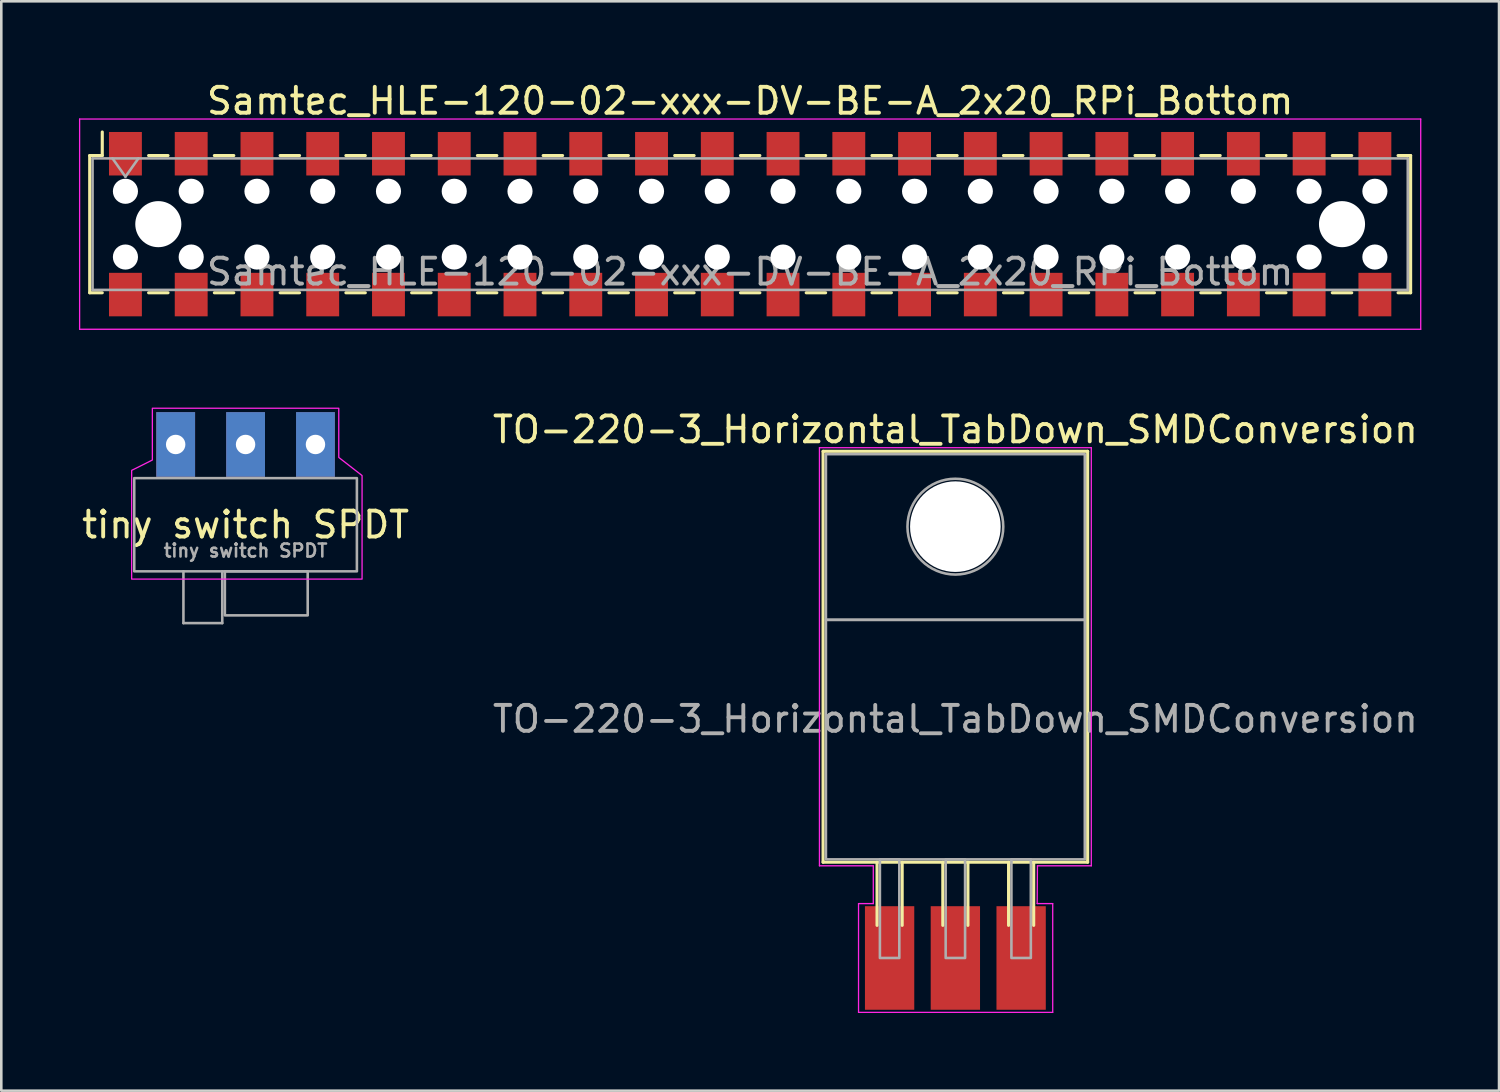
<source format=kicad_pcb>
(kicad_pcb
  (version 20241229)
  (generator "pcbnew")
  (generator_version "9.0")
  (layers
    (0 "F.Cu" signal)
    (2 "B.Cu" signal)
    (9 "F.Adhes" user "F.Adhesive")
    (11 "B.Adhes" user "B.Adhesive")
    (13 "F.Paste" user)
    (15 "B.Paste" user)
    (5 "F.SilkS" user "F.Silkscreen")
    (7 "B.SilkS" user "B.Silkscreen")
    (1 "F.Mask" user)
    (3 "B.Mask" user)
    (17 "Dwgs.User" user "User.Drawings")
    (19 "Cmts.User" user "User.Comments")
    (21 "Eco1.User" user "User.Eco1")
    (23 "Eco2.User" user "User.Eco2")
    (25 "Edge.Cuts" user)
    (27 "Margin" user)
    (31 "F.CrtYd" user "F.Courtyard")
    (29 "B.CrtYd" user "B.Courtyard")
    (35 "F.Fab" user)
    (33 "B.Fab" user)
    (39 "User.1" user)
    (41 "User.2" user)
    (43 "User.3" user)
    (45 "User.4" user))
  (footprint "Samtec_HLE-120-02-xxx-DV-BE-A_2x20_RPi_Bottom"
    (layer "F.Cu")
    (at 25.925 5.608)
    (property "Reference" "Samtec_HLE-120-02-xxx-DV-BE-A_2x20_RPi_Bottom" (at 0 -4.76 0) (layer "F.SilkS") (effects (font (size 1 1) (thickness 0.15))))
    (attr smd)
    (fp_line (start -25.51 -2.65) (end -25.51 2.65) (stroke (width 0.12) (type solid)) (layer "F.SilkS"))
    (fp_line (start -25.51 2.65) (end -25.025 2.65) (stroke (width 0.12) (type solid)) (layer "F.SilkS"))
    (fp_line (start -25.025 -3.56) (end -25.025 -2.65) (stroke (width 0.12) (type solid)) (layer "F.SilkS"))
    (fp_line (start -25.025 -2.65) (end -25.51 -2.65) (stroke (width 0.12) (type solid)) (layer "F.SilkS"))
    (fp_line (start -23.235 -2.65) (end -22.485 -2.65) (stroke (width 0.12) (type solid)) (layer "F.SilkS"))
    (fp_line (start -23.235 2.65) (end -22.485 2.65) (stroke (width 0.12) (type solid)) (layer "F.SilkS"))
    (fp_line (start -20.695 -2.65) (end -19.945 -2.65) (stroke (width 0.12) (type solid)) (layer "F.SilkS"))
    (fp_line (start -20.695 2.65) (end -19.945 2.65) (stroke (width 0.12) (type solid)) (layer "F.SilkS"))
    (fp_line (start -18.155 -2.65) (end -17.405 -2.65) (stroke (width 0.12) (type solid)) (layer "F.SilkS"))
    (fp_line (start -18.155 2.65) (end -17.405 2.65) (stroke (width 0.12) (type solid)) (layer "F.SilkS"))
    (fp_line (start -15.615 -2.65) (end -14.865 -2.65) (stroke (width 0.12) (type solid)) (layer "F.SilkS"))
    (fp_line (start -15.615 2.65) (end -14.865 2.65) (stroke (width 0.12) (type solid)) (layer "F.SilkS"))
    (fp_line (start -13.075 -2.65) (end -12.325 -2.65) (stroke (width 0.12) (type solid)) (layer "F.SilkS"))
    (fp_line (start -13.075 2.65) (end -12.325 2.65) (stroke (width 0.12) (type solid)) (layer "F.SilkS"))
    (fp_line (start -10.535 -2.65) (end -9.785 -2.65) (stroke (width 0.12) (type solid)) (layer "F.SilkS"))
    (fp_line (start -10.535 2.65) (end -9.785 2.65) (stroke (width 0.12) (type solid)) (layer "F.SilkS"))
    (fp_line (start -7.995 -2.65) (end -7.245 -2.65) (stroke (width 0.12) (type solid)) (layer "F.SilkS"))
    (fp_line (start -7.995 2.65) (end -7.245 2.65) (stroke (width 0.12) (type solid)) (layer "F.SilkS"))
    (fp_line (start -5.455 -2.65) (end -4.705 -2.65) (stroke (width 0.12) (type solid)) (layer "F.SilkS"))
    (fp_line (start -5.455 2.65) (end -4.705 2.65) (stroke (width 0.12) (type solid)) (layer "F.SilkS"))
    (fp_line (start -2.915 -2.65) (end -2.165 -2.65) (stroke (width 0.12) (type solid)) (layer "F.SilkS"))
    (fp_line (start -2.915 2.65) (end -2.165 2.65) (stroke (width 0.12) (type solid)) (layer "F.SilkS"))
    (fp_line (start -0.375 -2.65) (end 0.375 -2.65) (stroke (width 0.12) (type solid)) (layer "F.SilkS"))
    (fp_line (start -0.375 2.65) (end 0.375 2.65) (stroke (width 0.12) (type solid)) (layer "F.SilkS"))
    (fp_line (start 2.165 -2.65) (end 2.915 -2.65) (stroke (width 0.12) (type solid)) (layer "F.SilkS"))
    (fp_line (start 2.165 2.65) (end 2.915 2.65) (stroke (width 0.12) (type solid)) (layer "F.SilkS"))
    (fp_line (start 4.705 -2.65) (end 5.455 -2.65) (stroke (width 0.12) (type solid)) (layer "F.SilkS"))
    (fp_line (start 4.705 2.65) (end 5.455 2.65) (stroke (width 0.12) (type solid)) (layer "F.SilkS"))
    (fp_line (start 7.245 -2.65) (end 7.995 -2.65) (stroke (width 0.12) (type solid)) (layer "F.SilkS"))
    (fp_line (start 7.245 2.65) (end 7.995 2.65) (stroke (width 0.12) (type solid)) (layer "F.SilkS"))
    (fp_line (start 9.785 -2.65) (end 10.535 -2.65) (stroke (width 0.12) (type solid)) (layer "F.SilkS"))
    (fp_line (start 9.785 2.65) (end 10.535 2.65) (stroke (width 0.12) (type solid)) (layer "F.SilkS"))
    (fp_line (start 12.325 -2.65) (end 13.075 -2.65) (stroke (width 0.12) (type solid)) (layer "F.SilkS"))
    (fp_line (start 12.325 2.65) (end 13.075 2.65) (stroke (width 0.12) (type solid)) (layer "F.SilkS"))
    (fp_line (start 14.865 -2.65) (end 15.615 -2.65) (stroke (width 0.12) (type solid)) (layer "F.SilkS"))
    (fp_line (start 14.865 2.65) (end 15.615 2.65) (stroke (width 0.12) (type solid)) (layer "F.SilkS"))
    (fp_line (start 17.405 -2.65) (end 18.155 -2.65) (stroke (width 0.12) (type solid)) (layer "F.SilkS"))
    (fp_line (start 17.405 2.65) (end 18.155 2.65) (stroke (width 0.12) (type solid)) (layer "F.SilkS"))
    (fp_line (start 19.945 -2.65) (end 20.695 -2.65) (stroke (width 0.12) (type solid)) (layer "F.SilkS"))
    (fp_line (start 19.945 2.65) (end 20.695 2.65) (stroke (width 0.12) (type solid)) (layer "F.SilkS"))
    (fp_line (start 22.485 -2.65) (end 23.235 -2.65) (stroke (width 0.12) (type solid)) (layer "F.SilkS"))
    (fp_line (start 22.485 2.65) (end 23.235 2.65) (stroke (width 0.12) (type solid)) (layer "F.SilkS"))
    (fp_line (start 25.025 -2.65) (end 25.51 -2.65) (stroke (width 0.12) (type solid)) (layer "F.SilkS"))
    (fp_line (start 25.51 -2.65) (end 25.51 2.65) (stroke (width 0.12) (type solid)) (layer "F.SilkS"))
    (fp_line (start 25.51 2.65) (end 25.025 2.65) (stroke (width 0.12) (type solid)) (layer "F.SilkS"))
    (fp_line (start -25.9 -4.06) (end 25.9 -4.06) (stroke (width 0.05) (type solid)) (layer "F.CrtYd"))
    (fp_line (start -25.9 4.06) (end -25.9 -4.06) (stroke (width 0.05) (type solid)) (layer "F.CrtYd"))
    (fp_line (start 25.9 -4.06) (end 25.9 4.06) (stroke (width 0.05) (type solid)) (layer "F.CrtYd"))
    (fp_line (start 25.9 4.06) (end -25.9 4.06) (stroke (width 0.05) (type solid)) (layer "F.CrtYd"))
    (fp_line (start -25.4 -2.54) (end 25.4 -2.54) (stroke (width 0.1) (type solid)) (layer "F.Fab"))
    (fp_line (start -25.4 2.54) (end -25.4 -2.54) (stroke (width 0.1) (type solid)) (layer "F.Fab"))
    (fp_line (start -24.63 -2.54) (end -24.13 -1.833) (stroke (width 0.1) (type solid)) (layer "F.Fab"))
    (fp_line (start -24.13 -1.833) (end -23.63 -2.54) (stroke (width 0.1) (type solid)) (layer "F.Fab"))
    (fp_line (start 25.4 -2.54) (end 25.4 2.54) (stroke (width 0.1) (type solid)) (layer "F.Fab"))
    (fp_line (start 25.4 2.54) (end -25.4 2.54) (stroke (width 0.1) (type solid)) (layer "F.Fab"))
    (fp_text user "${REFERENCE}" (at 0 1.84 0) (layer "F.Fab") (effects (font (size 1 1) (thickness 0.15))))
    (pad "" np_thru_hole circle (at -24.13 -1.27) (size 0.97 0.97) (drill 0.97) (layers "*.Cu" "*.Mask"))
    (pad "" np_thru_hole circle (at -24.13 1.27) (size 0.97 0.97) (drill 0.97) (layers "*.Cu" "*.Mask"))
    (pad "" np_thru_hole circle (at -22.86 0) (size 1.78 1.78) (drill 1.78) (layers "*.Cu" "*.Mask"))
    (pad "" np_thru_hole circle (at -21.59 -1.27) (size 0.97 0.97) (drill 0.97) (layers "*.Cu" "*.Mask"))
    (pad "" np_thru_hole circle (at -21.59 1.27) (size 0.97 0.97) (drill 0.97) (layers "*.Cu" "*.Mask"))
    (pad "" np_thru_hole circle (at -19.05 -1.27) (size 0.97 0.97) (drill 0.97) (layers "*.Cu" "*.Mask"))
    (pad "" np_thru_hole circle (at -19.05 1.27) (size 0.97 0.97) (drill 0.97) (layers "*.Cu" "*.Mask"))
    (pad "" np_thru_hole circle (at -16.51 -1.27) (size 0.97 0.97) (drill 0.97) (layers "*.Cu" "*.Mask"))
    (pad "" np_thru_hole circle (at -16.51 1.27) (size 0.97 0.97) (drill 0.97) (layers "*.Cu" "*.Mask"))
    (pad "" np_thru_hole circle (at -13.97 -1.27) (size 0.97 0.97) (drill 0.97) (layers "*.Cu" "*.Mask"))
    (pad "" np_thru_hole circle (at -13.97 1.27) (size 0.97 0.97) (drill 0.97) (layers "*.Cu" "*.Mask"))
    (pad "" np_thru_hole circle (at -11.43 -1.27) (size 0.97 0.97) (drill 0.97) (layers "*.Cu" "*.Mask"))
    (pad "" np_thru_hole circle (at -11.43 1.27) (size 0.97 0.97) (drill 0.97) (layers "*.Cu" "*.Mask"))
    (pad "" np_thru_hole circle (at -8.89 -1.27) (size 0.97 0.97) (drill 0.97) (layers "*.Cu" "*.Mask"))
    (pad "" np_thru_hole circle (at -8.89 1.27) (size 0.97 0.97) (drill 0.97) (layers "*.Cu" "*.Mask"))
    (pad "" np_thru_hole circle (at -6.35 -1.27) (size 0.97 0.97) (drill 0.97) (layers "*.Cu" "*.Mask"))
    (pad "" np_thru_hole circle (at -6.35 1.27) (size 0.97 0.97) (drill 0.97) (layers "*.Cu" "*.Mask"))
    (pad "" np_thru_hole circle (at -3.81 -1.27) (size 0.97 0.97) (drill 0.97) (layers "*.Cu" "*.Mask"))
    (pad "" np_thru_hole circle (at -3.81 1.27) (size 0.97 0.97) (drill 0.97) (layers "*.Cu" "*.Mask"))
    (pad "" np_thru_hole circle (at -1.27 -1.27) (size 0.97 0.97) (drill 0.97) (layers "*.Cu" "*.Mask"))
    (pad "" np_thru_hole circle (at -1.27 1.27) (size 0.97 0.97) (drill 0.97) (layers "*.Cu" "*.Mask"))
    (pad "" np_thru_hole circle (at 1.27 -1.27) (size 0.97 0.97) (drill 0.97) (layers "*.Cu" "*.Mask"))
    (pad "" np_thru_hole circle (at 1.27 1.27) (size 0.97 0.97) (drill 0.97) (layers "*.Cu" "*.Mask"))
    (pad "" np_thru_hole circle (at 3.81 -1.27) (size 0.97 0.97) (drill 0.97) (layers "*.Cu" "*.Mask"))
    (pad "" np_thru_hole circle (at 3.81 1.27) (size 0.97 0.97) (drill 0.97) (layers "*.Cu" "*.Mask"))
    (pad "" np_thru_hole circle (at 6.35 -1.27) (size 0.97 0.97) (drill 0.97) (layers "*.Cu" "*.Mask"))
    (pad "" np_thru_hole circle (at 6.35 1.27) (size 0.97 0.97) (drill 0.97) (layers "*.Cu" "*.Mask"))
    (pad "" np_thru_hole circle (at 8.89 -1.27) (size 0.97 0.97) (drill 0.97) (layers "*.Cu" "*.Mask"))
    (pad "" np_thru_hole circle (at 8.89 1.27) (size 0.97 0.97) (drill 0.97) (layers "*.Cu" "*.Mask"))
    (pad "" np_thru_hole circle (at 11.43 -1.27) (size 0.97 0.97) (drill 0.97) (layers "*.Cu" "*.Mask"))
    (pad "" np_thru_hole circle (at 11.43 1.27) (size 0.97 0.97) (drill 0.97) (layers "*.Cu" "*.Mask"))
    (pad "" np_thru_hole circle (at 13.97 -1.27) (size 0.97 0.97) (drill 0.97) (layers "*.Cu" "*.Mask"))
    (pad "" np_thru_hole circle (at 13.97 1.27) (size 0.97 0.97) (drill 0.97) (layers "*.Cu" "*.Mask"))
    (pad "" np_thru_hole circle (at 16.51 -1.27) (size 0.97 0.97) (drill 0.97) (layers "*.Cu" "*.Mask"))
    (pad "" np_thru_hole circle (at 16.51 1.27) (size 0.97 0.97) (drill 0.97) (layers "*.Cu" "*.Mask"))
    (pad "" np_thru_hole circle (at 19.05 -1.27) (size 0.97 0.97) (drill 0.97) (layers "*.Cu" "*.Mask"))
    (pad "" np_thru_hole circle (at 19.05 1.27) (size 0.97 0.97) (drill 0.97) (layers "*.Cu" "*.Mask"))
    (pad "" np_thru_hole circle (at 21.59 -1.27) (size 0.97 0.97) (drill 0.97) (layers "*.Cu" "*.Mask"))
    (pad "" np_thru_hole circle (at 21.59 1.27) (size 0.97 0.97) (drill 0.97) (layers "*.Cu" "*.Mask"))
    (pad "" np_thru_hole circle (at 22.86 0) (size 1.78 1.78) (drill 1.78) (layers "*.Cu" "*.Mask"))
    (pad "" np_thru_hole circle (at 24.13 -1.27) (size 0.97 0.97) (drill 0.97) (layers "*.Cu" "*.Mask"))
    (pad "" np_thru_hole circle (at 24.13 1.27) (size 0.97 0.97) (drill 0.97) (layers "*.Cu" "*.Mask"))
    (pad "1" smd rect (at -24.13 -2.72) (size 1.27 1.68) (layers "F.Cu" "F.Mask" "F.Paste"))
    (pad "2" smd rect (at -24.13 2.72) (size 1.27 1.68) (layers "F.Cu" "F.Mask" "F.Paste"))
    (pad "3" smd rect (at -21.59 -2.72) (size 1.27 1.68) (layers "F.Cu" "F.Mask" "F.Paste"))
    (pad "4" smd rect (at -21.59 2.72) (size 1.27 1.68) (layers "F.Cu" "F.Mask" "F.Paste"))
    (pad "5" smd rect (at -19.05 -2.72) (size 1.27 1.68) (layers "F.Cu" "F.Mask" "F.Paste"))
    (pad "6" smd rect (at -19.05 2.72) (size 1.27 1.68) (layers "F.Cu" "F.Mask" "F.Paste"))
    (pad "7" smd rect (at -16.51 -2.72) (size 1.27 1.68) (layers "F.Cu" "F.Mask" "F.Paste"))
    (pad "8" smd rect (at -16.51 2.72) (size 1.27 1.68) (layers "F.Cu" "F.Mask" "F.Paste"))
    (pad "9" smd rect (at -13.97 -2.72) (size 1.27 1.68) (layers "F.Cu" "F.Mask" "F.Paste"))
    (pad "10" smd rect (at -13.97 2.72) (size 1.27 1.68) (layers "F.Cu" "F.Mask" "F.Paste"))
    (pad "11" smd rect (at -11.43 -2.72) (size 1.27 1.68) (layers "F.Cu" "F.Mask" "F.Paste"))
    (pad "12" smd rect (at -11.43 2.72) (size 1.27 1.68) (layers "F.Cu" "F.Mask" "F.Paste"))
    (pad "13" smd rect (at -8.89 -2.72) (size 1.27 1.68) (layers "F.Cu" "F.Mask" "F.Paste"))
    (pad "14" smd rect (at -8.89 2.72) (size 1.27 1.68) (layers "F.Cu" "F.Mask" "F.Paste"))
    (pad "15" smd rect (at -6.35 -2.72) (size 1.27 1.68) (layers "F.Cu" "F.Mask" "F.Paste"))
    (pad "16" smd rect (at -6.35 2.72) (size 1.27 1.68) (layers "F.Cu" "F.Mask" "F.Paste"))
    (pad "17" smd rect (at -3.81 -2.72) (size 1.27 1.68) (layers "F.Cu" "F.Mask" "F.Paste"))
    (pad "18" smd rect (at -3.81 2.72) (size 1.27 1.68) (layers "F.Cu" "F.Mask" "F.Paste"))
    (pad "19" smd rect (at -1.27 -2.72) (size 1.27 1.68) (layers "F.Cu" "F.Mask" "F.Paste"))
    (pad "20" smd rect (at -1.27 2.72) (size 1.27 1.68) (layers "F.Cu" "F.Mask" "F.Paste"))
    (pad "21" smd rect (at 1.27 -2.72) (size 1.27 1.68) (layers "F.Cu" "F.Mask" "F.Paste"))
    (pad "22" smd rect (at 1.27 2.72) (size 1.27 1.68) (layers "F.Cu" "F.Mask" "F.Paste"))
    (pad "23" smd rect (at 3.81 -2.72) (size 1.27 1.68) (layers "F.Cu" "F.Mask" "F.Paste"))
    (pad "24" smd rect (at 3.81 2.72) (size 1.27 1.68) (layers "F.Cu" "F.Mask" "F.Paste"))
    (pad "25" smd rect (at 6.35 -2.72) (size 1.27 1.68) (layers "F.Cu" "F.Mask" "F.Paste"))
    (pad "26" smd rect (at 6.35 2.72) (size 1.27 1.68) (layers "F.Cu" "F.Mask" "F.Paste"))
    (pad "27" smd rect (at 8.89 -2.72) (size 1.27 1.68) (layers "F.Cu" "F.Mask" "F.Paste"))
    (pad "28" smd rect (at 8.89 2.72) (size 1.27 1.68) (layers "F.Cu" "F.Mask" "F.Paste"))
    (pad "29" smd rect (at 11.43 -2.72) (size 1.27 1.68) (layers "F.Cu" "F.Mask" "F.Paste"))
    (pad "30" smd rect (at 11.43 2.72) (size 1.27 1.68) (layers "F.Cu" "F.Mask" "F.Paste"))
    (pad "31" smd rect (at 13.97 -2.72) (size 1.27 1.68) (layers "F.Cu" "F.Mask" "F.Paste"))
    (pad "32" smd rect (at 13.97 2.72) (size 1.27 1.68) (layers "F.Cu" "F.Mask" "F.Paste"))
    (pad "33" smd rect (at 16.51 -2.72) (size 1.27 1.68) (layers "F.Cu" "F.Mask" "F.Paste"))
    (pad "34" smd rect (at 16.51 2.72) (size 1.27 1.68) (layers "F.Cu" "F.Mask" "F.Paste"))
    (pad "35" smd rect (at 19.05 -2.72) (size 1.27 1.68) (layers "F.Cu" "F.Mask" "F.Paste"))
    (pad "36" smd rect (at 19.05 2.72) (size 1.27 1.68) (layers "F.Cu" "F.Mask" "F.Paste"))
    (pad "37" smd rect (at 21.59 -2.72) (size 1.27 1.68) (layers "F.Cu" "F.Mask" "F.Paste"))
    (pad "38" smd rect (at 21.59 2.72) (size 1.27 1.68) (layers "F.Cu" "F.Mask" "F.Paste"))
    (pad "39" smd rect (at 24.13 -2.72) (size 1.27 1.68) (layers "F.Cu" "F.Mask" "F.Paste"))
    (pad "40" smd rect (at 24.13 2.72) (size 1.27 1.68) (layers "F.Cu" "F.Mask" "F.Paste")))
  (footprint "TO-220-3_Horizontal_TabDown_SMDConversion"
    (layer "F.Cu")
    (at 31.311 33.952)
    (property "Reference" "TO-220-3_Horizontal_TabDown_SMDConversion" (at 2.54 -20.41 0) (layer "F.SilkS") (effects (font (size 1 1) (thickness 0.15))))
    (attr through_hole)
    (fp_line (start -2.57 -19.57) (end 7.65 -19.57) (stroke (width 0.12) (type solid)) (layer "F.SilkS"))
    (fp_line (start -2.57 -3.7) (end -2.57 -19.57) (stroke (width 0.12) (type solid)) (layer "F.SilkS"))
    (fp_line (start -2.57 -3.7) (end 7.65 -3.7) (stroke (width 0.12) (type solid)) (layer "F.SilkS"))
    (fp_line (start -0.485 -3.7) (end -0.485 -1.26) (stroke (width 0.12) (type solid)) (layer "F.SilkS"))
    (fp_line (start 0.485 -3.7) (end 0.485 -1.26) (stroke (width 0.12) (type solid)) (layer "F.SilkS"))
    (fp_line (start 2.055 -3.7) (end 2.055 -1.26) (stroke (width 0.12) (type solid)) (layer "F.SilkS"))
    (fp_line (start 3.025 -3.7) (end 3.025 -1.26) (stroke (width 0.12) (type solid)) (layer "F.SilkS"))
    (fp_line (start 4.595 -3.7) (end 4.595 -1.26) (stroke (width 0.12) (type solid)) (layer "F.SilkS"))
    (fp_line (start 5.565 -3.7) (end 5.565 -1.26) (stroke (width 0.12) (type solid)) (layer "F.SilkS"))
    (fp_line (start 7.65 -3.7) (end 7.65 -19.57) (stroke (width 0.12) (type solid)) (layer "F.SilkS"))
    (fp_line (start -2.71 -19.71) (end 7.79 -19.71) (stroke (width 0.05) (type solid)) (layer "F.CrtYd"))
    (fp_line (start -2.71 -3.56) (end -2.71 -19.71) (stroke (width 0.05) (type solid)) (layer "F.CrtYd"))
    (fp_line (start -1.2 -2.1) (end -1.2 2.1) (stroke (width 0.05) (type default)) (layer "F.CrtYd"))
    (fp_line (start -1.2 2.1) (end 6.3 2.1) (stroke (width 0.05) (type default)) (layer "F.CrtYd"))
    (fp_line (start -0.63 -3.56) (end -2.71 -3.56) (stroke (width 0.05) (type solid)) (layer "F.CrtYd"))
    (fp_line (start -0.63 -3.56) (end -0.63 -2.1) (stroke (width 0.05) (type default)) (layer "F.CrtYd"))
    (fp_line (start -0.63 -2.1) (end -1.2 -2.1) (stroke (width 0.05) (type default)) (layer "F.CrtYd"))
    (fp_line (start 5.7 -2.1) (end 5.71 -3.56) (stroke (width 0.05) (type default)) (layer "F.CrtYd"))
    (fp_line (start 6.3 -2.1) (end 5.7 -2.1) (stroke (width 0.05) (type default)) (layer "F.CrtYd"))
    (fp_line (start 6.3 2.1) (end 6.3 -2.1) (stroke (width 0.05) (type default)) (layer "F.CrtYd"))
    (fp_line (start 7.79 -19.71) (end 7.79 -3.56) (stroke (width 0.05) (type solid)) (layer "F.CrtYd"))
    (fp_line (start 7.79 -3.56) (end 5.71 -3.56) (stroke (width 0.05) (type solid)) (layer "F.CrtYd"))
    (fp_rect (start -2.46 -19.46) (end 7.54 -13.06) (stroke (width 0.1) (type solid)) (fill no) (layer "F.Fab"))
    (fp_rect (start -2.46 -3.81) (end 7.54 -13.06) (stroke (width 0.1) (type solid)) (fill no) (layer "F.Fab"))
    (fp_rect (start -0.375 -3.81) (end 0.375 0) (stroke (width 0.1) (type solid)) (fill no) (layer "F.Fab"))
    (fp_rect (start 2.165 -3.81) (end 2.915 0) (stroke (width 0.1) (type solid)) (fill no) (layer "F.Fab"))
    (fp_rect (start 4.705 -3.81) (end 5.455 0) (stroke (width 0.1) (type solid)) (fill no) (layer "F.Fab"))
    (fp_circle (center 2.54 -16.66) (end 4.39 -16.66) (stroke (width 0.1) (type solid)) (fill no) (layer "F.Fab"))
    (fp_text user "${REFERENCE}" (at 2.54 -9.23 0) (layer "F.Fab") (effects (font (size 1 1) (thickness 0.15))))
    (pad "" np_thru_hole circle (at 2.54 -16.66) (size 3.5 3.5) (drill 3.5) (layers "*.Cu" "*.Mask"))
    (pad "1" smd rect (at 0 0) (size 1.905 4) (layers "F.Cu" "F.Mask" "F.Paste"))
    (pad "2" smd rect (at 2.54 0) (size 1.905 4) (layers "F.Cu" "F.Mask" "F.Paste"))
    (pad "3" smd rect (at 5.08 0) (size 1.905 4) (layers "F.Cu" "F.Mask" "F.Paste")))
  (footprint "tiny switch SPDT"
    (layer "F.Cu")
    (at 2.135 15.418)
    (property "Reference" "tiny switch SPDT" (at 4.3 1.8 0) (layer "F.SilkS") (effects (font (size 1 1) (thickness 0.15))))
    (attr through_hole)
    (fp_poly (pts (xy -0.1 3.9) (xy -0.1 -0.3) (xy 0.7 -0.7) (xy 0.7 -2.7) (xy 7.9 -2.7) (xy 7.9 -0.8) (xy 8.8 -0.1) (xy 8.8 3.9)) (stroke (width 0.05) (type solid)) (fill no) (layer "F.CrtYd"))
    (fp_line (start 1.9 5.6) (end 1.9 3.6) (stroke (width 0.1) (type solid)) (layer "F.Fab"))
    (fp_line (start 3.4 3.6) (end 3.4 5.6) (stroke (width 0.1) (type solid)) (layer "F.Fab"))
    (fp_line (start 3.4 5.6) (end 1.9 5.6) (stroke (width 0.1) (type solid)) (layer "F.Fab"))
    (fp_rect (start 0 0) (end 8.6 3.6) (stroke (width 0.1) (type default)) (fill no) (layer "F.Fab"))
    (fp_rect (start 3.5 3.6) (end 6.7 5.3) (stroke (width 0.1) (type default)) (fill no) (layer "F.Fab"))
    (fp_text user "${REFERENCE}" (at 4.3 2.8 0) (layer "F.Fab") (effects (font (size 0.5 0.5) (thickness 0.1))))
    (pad "1" thru_hole rect (at 1.6 -1.3) (size 1.5 2.5) (drill 0.75) (layers "*.Cu" "*.Mask"))
    (pad "2" thru_hole rect (at 4.3 -1.3) (size 1.5 2.5) (drill 0.75) (layers "*.Cu" "*.Mask"))
    (pad "3" thru_hole rect (at 7 -1.3) (size 1.5 2.5) (drill 0.75) (layers "*.Cu" "*.Mask")))
  (gr_rect
    (start -3 -3)
    (end 54.85 39.077)
    (stroke (width 0.1) (type default))
    (fill no)
    (layer "Edge.Cuts")))
</source>
